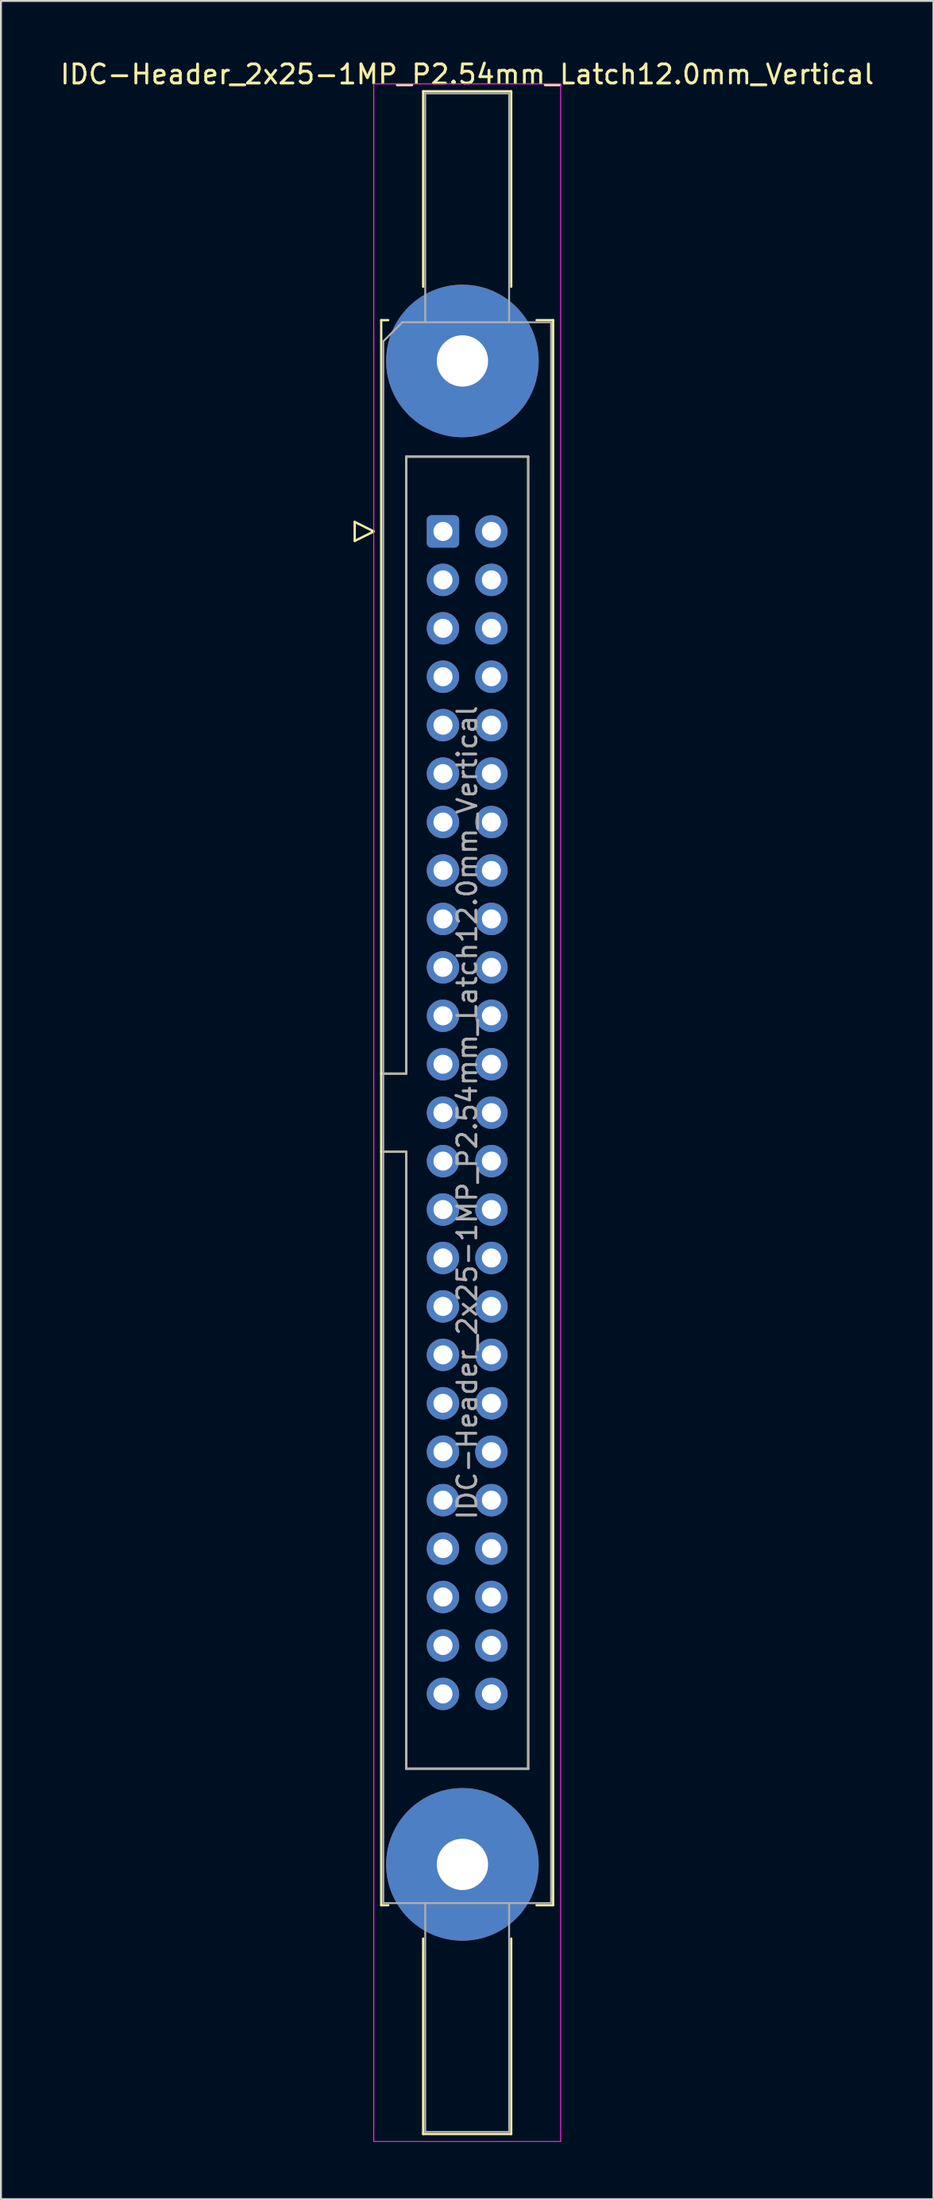
<source format=kicad_pcb>
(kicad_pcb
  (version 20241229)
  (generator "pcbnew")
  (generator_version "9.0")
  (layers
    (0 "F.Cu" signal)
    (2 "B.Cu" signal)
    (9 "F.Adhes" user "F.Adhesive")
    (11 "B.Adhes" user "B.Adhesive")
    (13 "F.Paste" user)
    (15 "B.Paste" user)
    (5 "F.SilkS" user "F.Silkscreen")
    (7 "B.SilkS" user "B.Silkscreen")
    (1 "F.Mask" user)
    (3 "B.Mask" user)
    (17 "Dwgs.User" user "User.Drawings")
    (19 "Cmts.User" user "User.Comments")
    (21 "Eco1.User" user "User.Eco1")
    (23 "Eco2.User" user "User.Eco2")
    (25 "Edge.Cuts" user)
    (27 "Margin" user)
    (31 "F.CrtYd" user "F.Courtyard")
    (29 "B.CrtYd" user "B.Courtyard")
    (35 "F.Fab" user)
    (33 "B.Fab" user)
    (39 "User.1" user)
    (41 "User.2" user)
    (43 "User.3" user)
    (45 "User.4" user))
  (footprint "IDC-Header_2x25-1MP_P2.54mm_Latch12.0mm_Vertical"
    (layer "F.Cu")
    (at 20.188 24.818)
    (property "Reference" "IDC-Header_2x25-1MP_P2.54mm_Latch12.0mm_Vertical" (at 1.27 -23.97 0) (layer "F.SilkS") (effects (font (size 1 1) (thickness 0.15))))
    (attr through_hole)
    (fp_line (start -4.63 -0.5) (end -4.63 0.5) (stroke (width 0.12) (type solid)) (layer "F.SilkS"))
    (fp_line (start -4.63 0.5) (end -3.63 0) (stroke (width 0.12) (type solid)) (layer "F.SilkS"))
    (fp_line (start -3.63 0) (end -4.63 -0.5) (stroke (width 0.12) (type solid)) (layer "F.SilkS"))
    (fp_line (start -3.24 -11.08) (end -3.24 72.04) (stroke (width 0.12) (type solid)) (layer "F.SilkS"))
    (fp_line (start -3.24 28.43) (end -1.93 28.43) (stroke (width 0.12) (type solid)) (layer "F.SilkS"))
    (fp_line (start -3.24 72.04) (end -2.87 72.04) (stroke (width 0.12) (type solid)) (layer "F.SilkS"))
    (fp_line (start -2.87 -11.08) (end -3.24 -11.08) (stroke (width 0.12) (type solid)) (layer "F.SilkS"))
    (fp_line (start -1.93 -3.92) (end 4.47 -3.92) (stroke (width 0.12) (type solid)) (layer "F.SilkS"))
    (fp_line (start -1.93 28.43) (end -1.93 -3.92) (stroke (width 0.12) (type solid)) (layer "F.SilkS"))
    (fp_line (start -1.93 32.53) (end -3.24 32.53) (stroke (width 0.12) (type solid)) (layer "F.SilkS"))
    (fp_line (start -1.93 64.88) (end -1.93 32.53) (stroke (width 0.12) (type solid)) (layer "F.SilkS"))
    (fp_line (start -1.04 -23.08) (end 3.58 -23.08) (stroke (width 0.12) (type solid)) (layer "F.SilkS"))
    (fp_line (start -1.04 -12.83) (end -1.04 -23.08) (stroke (width 0.12) (type solid)) (layer "F.SilkS"))
    (fp_line (start -1.04 73.79) (end -1.04 84.04) (stroke (width 0.12) (type solid)) (layer "F.SilkS"))
    (fp_line (start -1.04 84.04) (end 3.58 84.04) (stroke (width 0.12) (type solid)) (layer "F.SilkS"))
    (fp_line (start 3.58 -23.08) (end 3.58 -12.83) (stroke (width 0.12) (type solid)) (layer "F.SilkS"))
    (fp_line (start 3.58 84.04) (end 3.58 73.79) (stroke (width 0.12) (type solid)) (layer "F.SilkS"))
    (fp_line (start 4.47 -3.92) (end 4.47 64.88) (stroke (width 0.12) (type solid)) (layer "F.SilkS"))
    (fp_line (start 4.47 64.88) (end -1.93 64.88) (stroke (width 0.12) (type solid)) (layer "F.SilkS"))
    (fp_line (start 4.91 -11.08) (end 5.78 -11.08) (stroke (width 0.12) (type solid)) (layer "F.SilkS"))
    (fp_line (start 5.78 -11.08) (end 5.78 72.04) (stroke (width 0.12) (type solid)) (layer "F.SilkS"))
    (fp_line (start 5.78 72.04) (end 4.91 72.04) (stroke (width 0.12) (type solid)) (layer "F.SilkS"))
    (fp_line (start -3.63 -23.47) (end -3.63 84.43) (stroke (width 0.05) (type solid)) (layer "F.CrtYd"))
    (fp_line (start -3.63 84.43) (end 6.17 84.43) (stroke (width 0.05) (type solid)) (layer "F.CrtYd"))
    (fp_line (start 6.17 -23.47) (end -3.63 -23.47) (stroke (width 0.05) (type solid)) (layer "F.CrtYd"))
    (fp_line (start 6.17 84.43) (end 6.17 -23.47) (stroke (width 0.05) (type solid)) (layer "F.CrtYd"))
    (fp_line (start -3.13 -9.97) (end -2.13 -10.97) (stroke (width 0.1) (type solid)) (layer "F.Fab"))
    (fp_line (start -3.13 28.43) (end -1.93 28.43) (stroke (width 0.1) (type solid)) (layer "F.Fab"))
    (fp_line (start -3.13 71.93) (end -3.13 -9.97) (stroke (width 0.1) (type solid)) (layer "F.Fab"))
    (fp_line (start -2.13 -10.97) (end 5.67 -10.97) (stroke (width 0.1) (type solid)) (layer "F.Fab"))
    (fp_line (start -1.93 -3.92) (end 4.47 -3.92) (stroke (width 0.1) (type solid)) (layer "F.Fab"))
    (fp_line (start -1.93 28.43) (end -1.93 -3.92) (stroke (width 0.1) (type solid)) (layer "F.Fab"))
    (fp_line (start -1.93 32.53) (end -3.13 32.53) (stroke (width 0.1) (type solid)) (layer "F.Fab"))
    (fp_line (start -1.93 64.88) (end -1.93 32.53) (stroke (width 0.1) (type solid)) (layer "F.Fab"))
    (fp_line (start -0.93 -22.97) (end 3.47 -22.97) (stroke (width 0.1) (type solid)) (layer "F.Fab"))
    (fp_line (start -0.93 -10.97) (end -0.93 -22.97) (stroke (width 0.1) (type solid)) (layer "F.Fab"))
    (fp_line (start -0.93 71.93) (end -0.93 83.93) (stroke (width 0.1) (type solid)) (layer "F.Fab"))
    (fp_line (start -0.93 83.93) (end 3.47 83.93) (stroke (width 0.1) (type solid)) (layer "F.Fab"))
    (fp_line (start 3.47 -22.97) (end 3.47 -10.97) (stroke (width 0.1) (type solid)) (layer "F.Fab"))
    (fp_line (start 3.47 83.93) (end 3.47 71.93) (stroke (width 0.1) (type solid)) (layer "F.Fab"))
    (fp_line (start 4.47 -3.92) (end 4.47 64.88) (stroke (width 0.1) (type solid)) (layer "F.Fab"))
    (fp_line (start 4.47 64.88) (end -1.93 64.88) (stroke (width 0.1) (type solid)) (layer "F.Fab"))
    (fp_line (start 5.67 -10.97) (end 5.67 71.93) (stroke (width 0.1) (type solid)) (layer "F.Fab"))
    (fp_line (start 5.67 71.93) (end -3.13 71.93) (stroke (width 0.1) (type solid)) (layer "F.Fab"))
    (fp_text user "${REFERENCE}" (at 1.27 30.48 90) (layer "F.Fab") (effects (font (size 1 1) (thickness 0.15))))
    (pad "1" thru_hole roundrect (at 0 0) (size 1.7 1.7) (drill 1) (layers "*.Cu" "*.Mask") (roundrect_rratio 0.147))
    (pad "2" thru_hole circle (at 2.54 0) (size 1.7 1.7) (drill 1) (layers "*.Cu" "*.Mask"))
    (pad "3" thru_hole circle (at 0 2.54) (size 1.7 1.7) (drill 1) (layers "*.Cu" "*.Mask"))
    (pad "4" thru_hole circle (at 2.54 2.54) (size 1.7 1.7) (drill 1) (layers "*.Cu" "*.Mask"))
    (pad "5" thru_hole circle (at 0 5.08) (size 1.7 1.7) (drill 1) (layers "*.Cu" "*.Mask"))
    (pad "6" thru_hole circle (at 2.54 5.08) (size 1.7 1.7) (drill 1) (layers "*.Cu" "*.Mask"))
    (pad "7" thru_hole circle (at 0 7.62) (size 1.7 1.7) (drill 1) (layers "*.Cu" "*.Mask"))
    (pad "8" thru_hole circle (at 2.54 7.62) (size 1.7 1.7) (drill 1) (layers "*.Cu" "*.Mask"))
    (pad "9" thru_hole circle (at 0 10.16) (size 1.7 1.7) (drill 1) (layers "*.Cu" "*.Mask"))
    (pad "10" thru_hole circle (at 2.54 10.16) (size 1.7 1.7) (drill 1) (layers "*.Cu" "*.Mask"))
    (pad "11" thru_hole circle (at 0 12.7) (size 1.7 1.7) (drill 1) (layers "*.Cu" "*.Mask"))
    (pad "12" thru_hole circle (at 2.54 12.7) (size 1.7 1.7) (drill 1) (layers "*.Cu" "*.Mask"))
    (pad "13" thru_hole circle (at 0 15.24) (size 1.7 1.7) (drill 1) (layers "*.Cu" "*.Mask"))
    (pad "14" thru_hole circle (at 2.54 15.24) (size 1.7 1.7) (drill 1) (layers "*.Cu" "*.Mask"))
    (pad "15" thru_hole circle (at 0 17.78) (size 1.7 1.7) (drill 1) (layers "*.Cu" "*.Mask"))
    (pad "16" thru_hole circle (at 2.54 17.78) (size 1.7 1.7) (drill 1) (layers "*.Cu" "*.Mask"))
    (pad "17" thru_hole circle (at 0 20.32) (size 1.7 1.7) (drill 1) (layers "*.Cu" "*.Mask"))
    (pad "18" thru_hole circle (at 2.54 20.32) (size 1.7 1.7) (drill 1) (layers "*.Cu" "*.Mask"))
    (pad "19" thru_hole circle (at 0 22.86) (size 1.7 1.7) (drill 1) (layers "*.Cu" "*.Mask"))
    (pad "20" thru_hole circle (at 2.54 22.86) (size 1.7 1.7) (drill 1) (layers "*.Cu" "*.Mask"))
    (pad "21" thru_hole circle (at 0 25.4) (size 1.7 1.7) (drill 1) (layers "*.Cu" "*.Mask"))
    (pad "22" thru_hole circle (at 2.54 25.4) (size 1.7 1.7) (drill 1) (layers "*.Cu" "*.Mask"))
    (pad "23" thru_hole circle (at 0 27.94) (size 1.7 1.7) (drill 1) (layers "*.Cu" "*.Mask"))
    (pad "24" thru_hole circle (at 2.54 27.94) (size 1.7 1.7) (drill 1) (layers "*.Cu" "*.Mask"))
    (pad "25" thru_hole circle (at 0 30.48) (size 1.7 1.7) (drill 1) (layers "*.Cu" "*.Mask"))
    (pad "26" thru_hole circle (at 2.54 30.48) (size 1.7 1.7) (drill 1) (layers "*.Cu" "*.Mask"))
    (pad "27" thru_hole circle (at 0 33.02) (size 1.7 1.7) (drill 1) (layers "*.Cu" "*.Mask"))
    (pad "28" thru_hole circle (at 2.54 33.02) (size 1.7 1.7) (drill 1) (layers "*.Cu" "*.Mask"))
    (pad "29" thru_hole circle (at 0 35.56) (size 1.7 1.7) (drill 1) (layers "*.Cu" "*.Mask"))
    (pad "30" thru_hole circle (at 2.54 35.56) (size 1.7 1.7) (drill 1) (layers "*.Cu" "*.Mask"))
    (pad "31" thru_hole circle (at 0 38.1) (size 1.7 1.7) (drill 1) (layers "*.Cu" "*.Mask"))
    (pad "32" thru_hole circle (at 2.54 38.1) (size 1.7 1.7) (drill 1) (layers "*.Cu" "*.Mask"))
    (pad "33" thru_hole circle (at 0 40.64) (size 1.7 1.7) (drill 1) (layers "*.Cu" "*.Mask"))
    (pad "34" thru_hole circle (at 2.54 40.64) (size 1.7 1.7) (drill 1) (layers "*.Cu" "*.Mask"))
    (pad "35" thru_hole circle (at 0 43.18) (size 1.7 1.7) (drill 1) (layers "*.Cu" "*.Mask"))
    (pad "36" thru_hole circle (at 2.54 43.18) (size 1.7 1.7) (drill 1) (layers "*.Cu" "*.Mask"))
    (pad "37" thru_hole circle (at 0 45.72) (size 1.7 1.7) (drill 1) (layers "*.Cu" "*.Mask"))
    (pad "38" thru_hole circle (at 2.54 45.72) (size 1.7 1.7) (drill 1) (layers "*.Cu" "*.Mask"))
    (pad "39" thru_hole circle (at 0 48.26) (size 1.7 1.7) (drill 1) (layers "*.Cu" "*.Mask"))
    (pad "40" thru_hole circle (at 2.54 48.26) (size 1.7 1.7) (drill 1) (layers "*.Cu" "*.Mask"))
    (pad "41" thru_hole circle (at 0 50.8) (size 1.7 1.7) (drill 1) (layers "*.Cu" "*.Mask"))
    (pad "42" thru_hole circle (at 2.54 50.8) (size 1.7 1.7) (drill 1) (layers "*.Cu" "*.Mask"))
    (pad "43" thru_hole circle (at 0 53.34) (size 1.7 1.7) (drill 1) (layers "*.Cu" "*.Mask"))
    (pad "44" thru_hole circle (at 2.54 53.34) (size 1.7 1.7) (drill 1) (layers "*.Cu" "*.Mask"))
    (pad "45" thru_hole circle (at 0 55.88) (size 1.7 1.7) (drill 1) (layers "*.Cu" "*.Mask"))
    (pad "46" thru_hole circle (at 2.54 55.88) (size 1.7 1.7) (drill 1) (layers "*.Cu" "*.Mask"))
    (pad "47" thru_hole circle (at 0 58.42) (size 1.7 1.7) (drill 1) (layers "*.Cu" "*.Mask"))
    (pad "48" thru_hole circle (at 2.54 58.42) (size 1.7 1.7) (drill 1) (layers "*.Cu" "*.Mask"))
    (pad "49" thru_hole circle (at 0 60.96) (size 1.7 1.7) (drill 1) (layers "*.Cu" "*.Mask"))
    (pad "50" thru_hole circle (at 2.54 60.96) (size 1.7 1.7) (drill 1) (layers "*.Cu" "*.Mask"))
    (pad "MP" thru_hole circle (at 1.02 -8.94) (size 8 8) (drill 2.69) (layers "*.Cu" "*.Mask"))
    (pad "MP" thru_hole circle (at 1.02 69.9) (size 8 8) (drill 2.69) (layers "*.Cu" "*.Mask")))
  (gr_rect
    (start -3 -3)
    (end 45.917 112.273)
    (stroke (width 0.1) (type default))
    (fill no)
    (layer "Edge.Cuts")))
</source>
